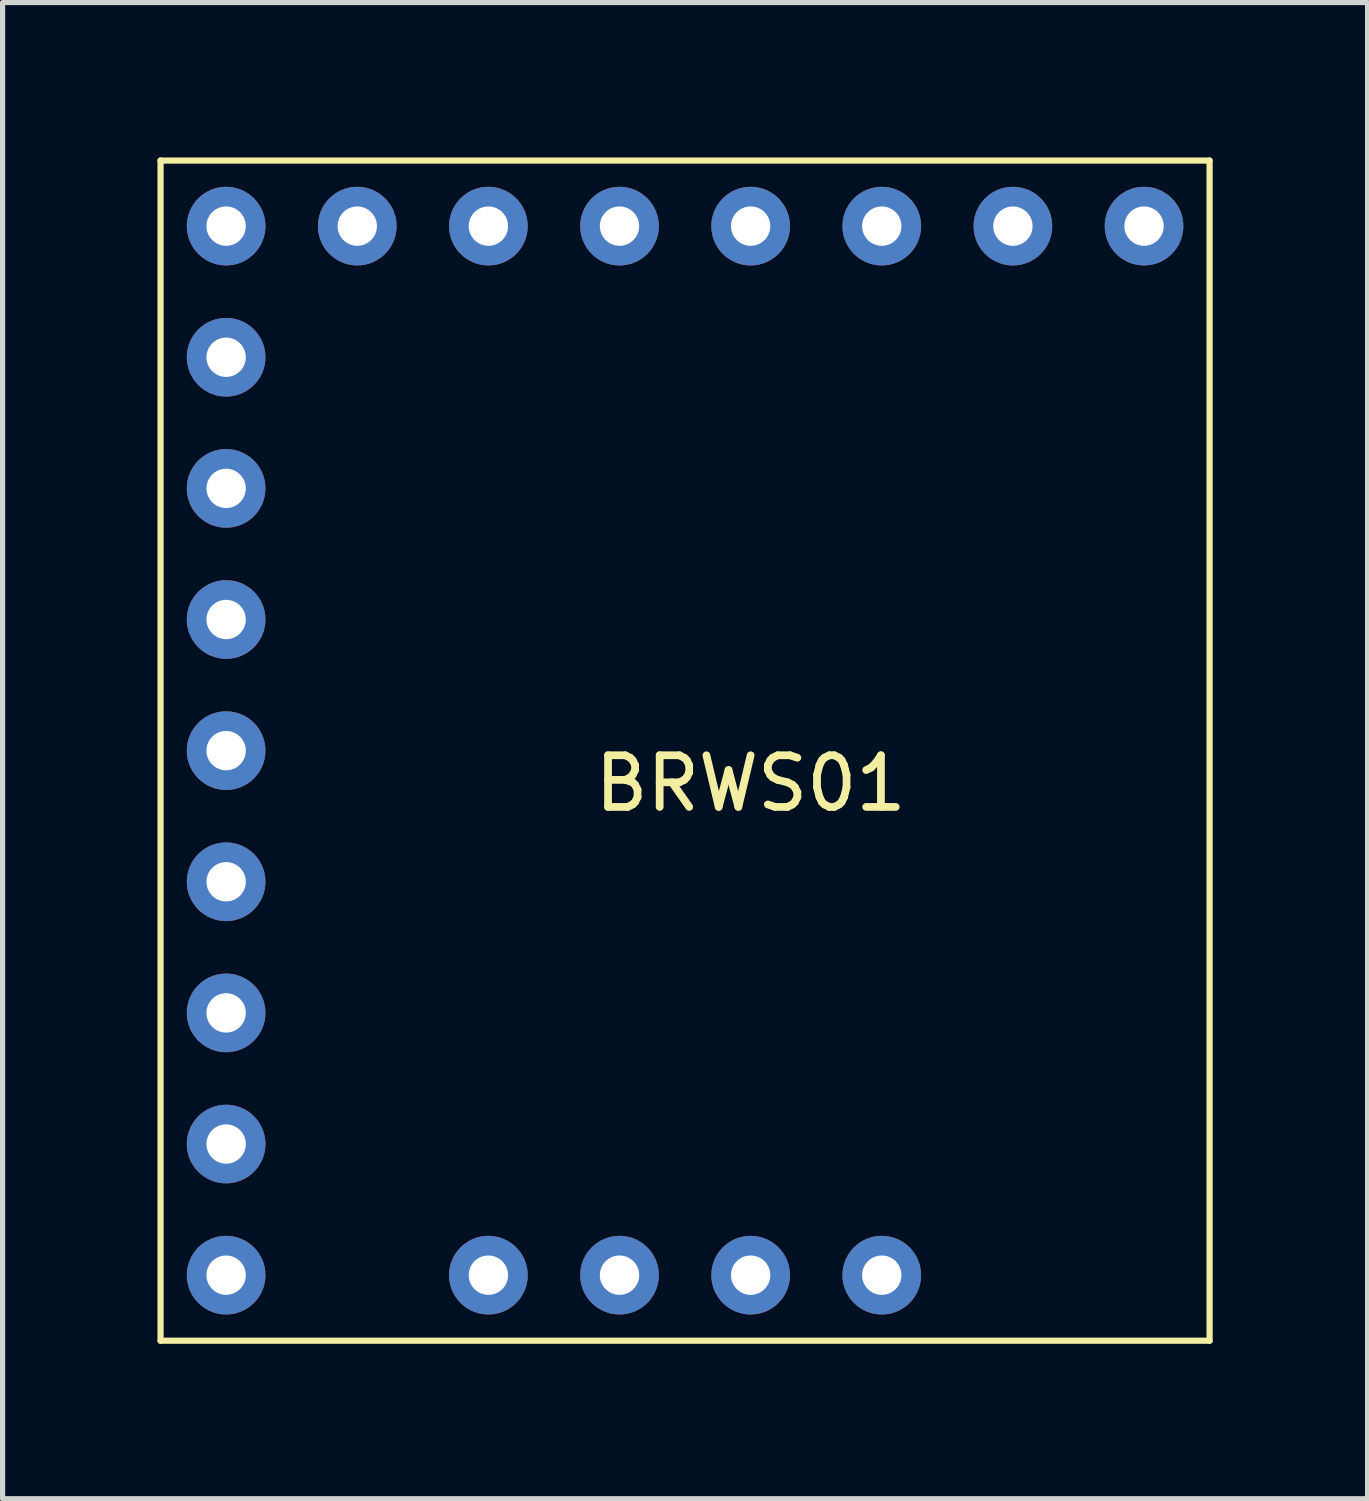
<source format=kicad_pcb>
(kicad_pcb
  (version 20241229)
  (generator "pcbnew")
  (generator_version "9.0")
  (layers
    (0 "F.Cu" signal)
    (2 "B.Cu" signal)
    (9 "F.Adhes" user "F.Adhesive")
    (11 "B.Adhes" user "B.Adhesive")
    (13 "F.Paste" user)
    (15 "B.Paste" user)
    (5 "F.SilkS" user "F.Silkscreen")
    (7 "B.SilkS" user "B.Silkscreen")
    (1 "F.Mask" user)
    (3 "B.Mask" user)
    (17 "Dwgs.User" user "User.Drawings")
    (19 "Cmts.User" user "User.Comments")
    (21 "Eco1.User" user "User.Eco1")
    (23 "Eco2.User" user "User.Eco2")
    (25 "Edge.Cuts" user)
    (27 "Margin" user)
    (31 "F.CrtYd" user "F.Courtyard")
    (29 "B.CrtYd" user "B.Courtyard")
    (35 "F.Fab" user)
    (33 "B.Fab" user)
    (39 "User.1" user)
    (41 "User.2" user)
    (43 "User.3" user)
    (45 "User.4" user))
  (footprint "BRWS01"
    (layer "F.Cu")
    (at 1.33 3.87)
    (property "Reference" "BRWS01" (at 10.16 8.255 0) (layer "F.SilkS") (effects (font (size 1 1) (thickness 0.15))))
    (attr through_hole)
    (fp_line (start -1.27 -3.81) (end -1.27 19.05) (stroke (width 0.12) (type solid)) (layer "F.SilkS"))
    (fp_line (start -1.27 -3.81) (end 19.05 -3.81) (stroke (width 0.12) (type solid)) (layer "F.SilkS"))
    (fp_line (start -1.27 19.05) (end 19.05 19.05) (stroke (width 0.12) (type solid)) (layer "F.SilkS"))
    (fp_line (start 19.05 -3.81) (end 19.05 19.05) (stroke (width 0.12) (type solid)) (layer "F.SilkS"))
    (pad "1" thru_hole circle (at 0 0) (size 1.524 1.524) (drill 0.762) (layers "*.Cu" "*.Mask"))
    (pad "2" thru_hole circle (at 0 2.54) (size 1.524 1.524) (drill 0.762) (layers "*.Cu" "*.Mask"))
    (pad "3" thru_hole circle (at 0 5.08) (size 1.524 1.524) (drill 0.762) (layers "*.Cu" "*.Mask"))
    (pad "4" thru_hole circle (at 0 7.62) (size 1.524 1.524) (drill 0.762) (layers "*.Cu" "*.Mask"))
    (pad "5" thru_hole circle (at 0 10.16) (size 1.524 1.524) (drill 0.762) (layers "*.Cu" "*.Mask"))
    (pad "6" thru_hole circle (at 0 12.7) (size 1.524 1.524) (drill 0.762) (layers "*.Cu" "*.Mask"))
    (pad "7" thru_hole circle (at 0 15.24) (size 1.524 1.524) (drill 0.762) (layers "*.Cu" "*.Mask"))
    (pad "8" thru_hole circle (at 0 17.78) (size 1.524 1.524) (drill 0.762) (layers "*.Cu" "*.Mask"))
    (pad "9" thru_hole circle (at 5.08 17.78) (size 1.524 1.524) (drill 0.762) (layers "*.Cu" "*.Mask"))
    (pad "10" thru_hole circle (at 7.62 17.78) (size 1.524 1.524) (drill 0.762) (layers "*.Cu" "*.Mask"))
    (pad "11" thru_hole circle (at 10.16 17.78) (size 1.524 1.524) (drill 0.762) (layers "*.Cu" "*.Mask"))
    (pad "12" thru_hole circle (at 12.7 17.78) (size 1.524 1.524) (drill 0.762) (layers "*.Cu" "*.Mask"))
    (pad "13" thru_hole circle (at 17.78 -2.54) (size 1.524 1.524) (drill 0.762) (layers "*.Cu" "*.Mask"))
    (pad "14" thru_hole circle (at 15.24 -2.54) (size 1.524 1.524) (drill 0.762) (layers "*.Cu" "*.Mask"))
    (pad "15" thru_hole circle (at 12.7 -2.54) (size 1.524 1.524) (drill 0.762) (layers "*.Cu" "*.Mask"))
    (pad "16" thru_hole circle (at 10.16 -2.54) (size 1.524 1.524) (drill 0.762) (layers "*.Cu" "*.Mask"))
    (pad "17" thru_hole circle (at 7.62 -2.54) (size 1.524 1.524) (drill 0.762) (layers "*.Cu" "*.Mask"))
    (pad "18" thru_hole circle (at 5.08 -2.54) (size 1.524 1.524) (drill 0.762) (layers "*.Cu" "*.Mask"))
    (pad "19" thru_hole circle (at 2.54 -2.54) (size 1.524 1.524) (drill 0.762) (layers "*.Cu" "*.Mask"))
    (pad "20" thru_hole circle (at 0 -2.54) (size 1.524 1.524) (drill 0.762) (layers "*.Cu" "*.Mask")))
  (gr_rect
    (start -3 -3)
    (end 23.44 25.98)
    (stroke (width 0.1) (type default))
    (fill no)
    (layer "Edge.Cuts")))
</source>
